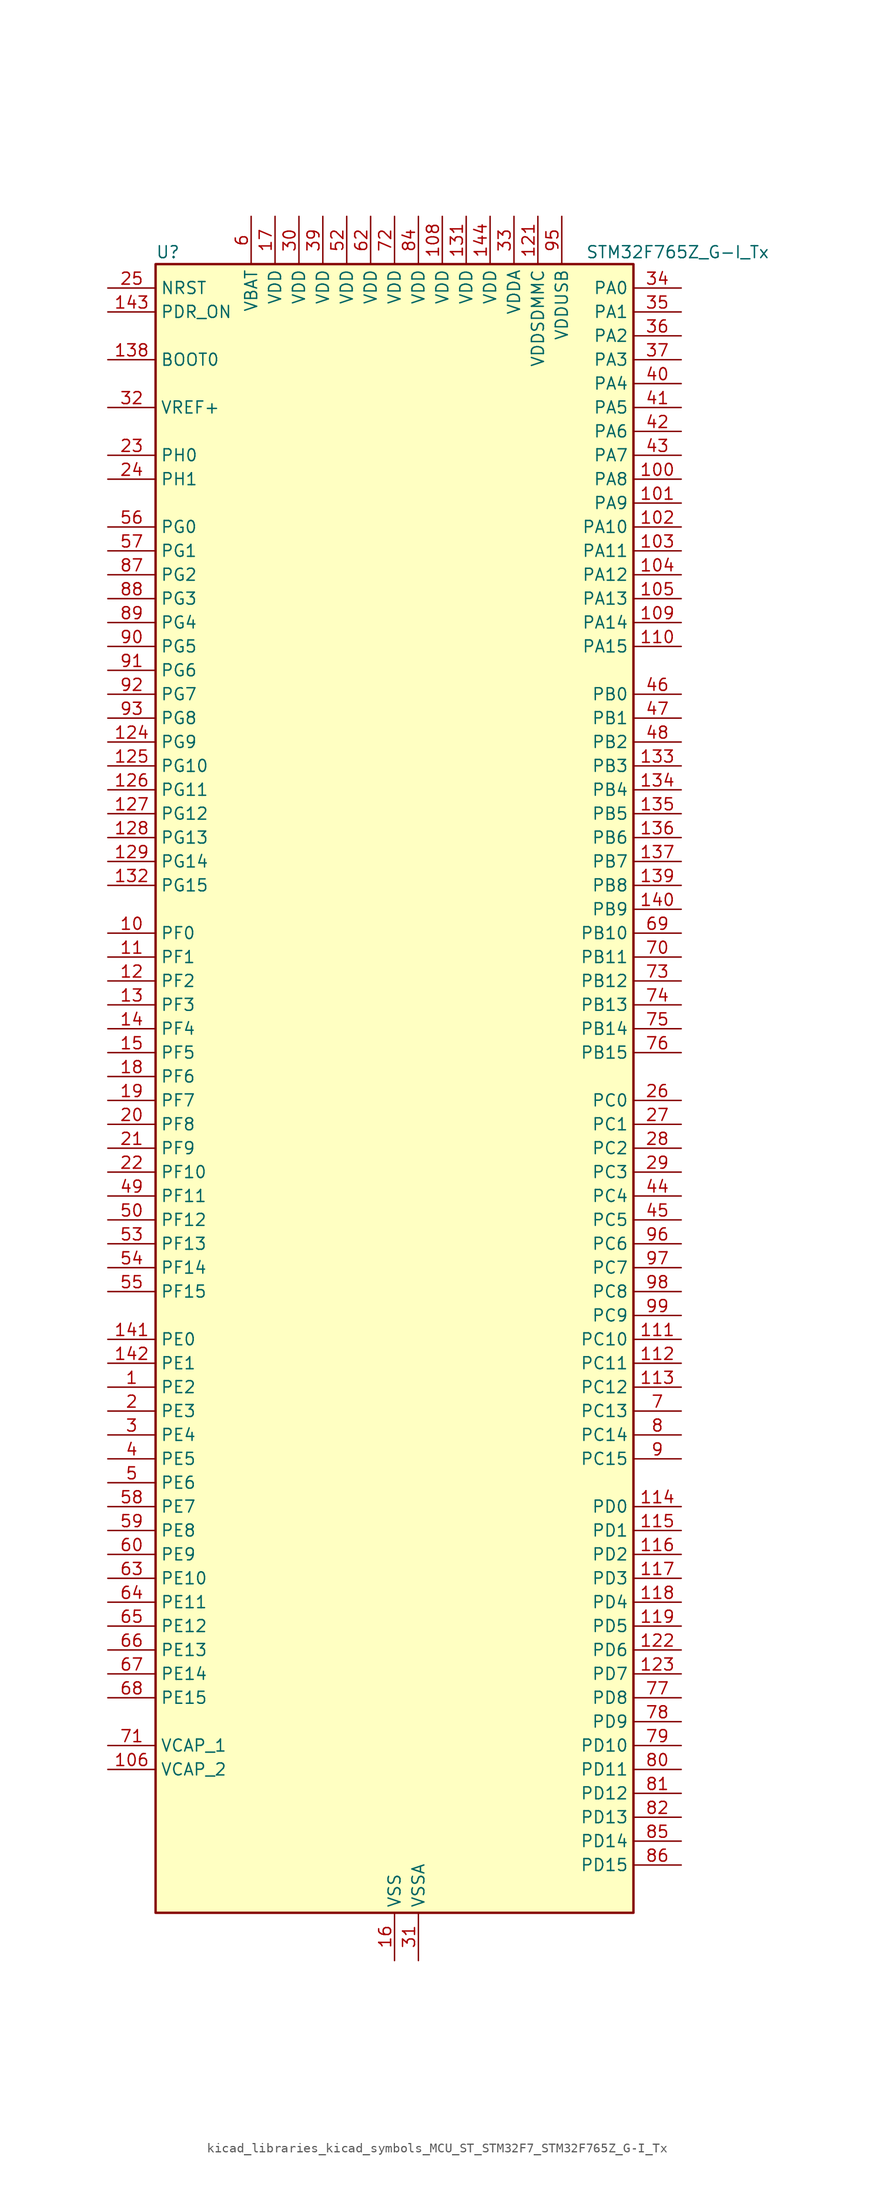
<source format=kicad_sym>
(kicad_symbol_lib
  (version 20220914)
  (generator kicad_symbol_editor)
  (symbol "kicad_libraries_kicad_symbols_MCU_ST_STM32F7_STM32F765Z_G-I_Tx"
    (property "Reference" "U"
      (at -25.4 90.17 0)
      (effects (font (size 1.27 1.27)) (justify left)))
    (property "Value" "STM32F765Z_G-I_Tx"
      (at 20.32 90.17 0)
      (effects (font (size 1.27 1.27)) (justify left)))
    (property "ki_locked" ""
      (at 0 0 0)
      (effects (font (size 1.27 1.27))))
    (symbol "kicad_libraries_kicad_symbols_MCU_ST_STM32F7_STM32F765Z_G-I_Tx_0_1"
      (rectangle (start -25.4 -86.36) (end 25.4 88.9) (stroke (width 0.254) (type default)) (fill (type background))))
    (symbol "kicad_libraries_kicad_symbols_MCU_ST_STM32F7_STM32F765Z_G-I_Tx_1_1"
      (pin bidirectional line (at -30.48 -30.48 0) (length 5.08) (name "PE2" (effects (font (size 1.27 1.27)))) (number "1" (effects (font (size 1.27 1.27)))) (alternate "ETH_TXD3" bidirectional line) (alternate "FMC_A23" bidirectional line) (alternate "QUADSPI_BK1_IO2" bidirectional line) (alternate "SAI1_MCLK_A" bidirectional line) (alternate "SPI4_SCK" bidirectional line) (alternate "SYS_TRACECLK" bidirectional line))
      (pin bidirectional line (at -30.48 17.78 0) (length 5.08) (name "PF0" (effects (font (size 1.27 1.27)))) (number "10" (effects (font (size 1.27 1.27)))) (alternate "FMC_A0" bidirectional line) (alternate "I2C2_SDA" bidirectional line))
      (pin bidirectional line (at 30.48 66.04 180) (length 5.08) (name "PA8" (effects (font (size 1.27 1.27)))) (number "100" (effects (font (size 1.27 1.27)))) (alternate "CAN3_RX" bidirectional line) (alternate "I2C3_SCL" bidirectional line) (alternate "RCC_MCO_1" bidirectional line) (alternate "TIM1_CH1" bidirectional line) (alternate "TIM8_BKIN2" bidirectional line) (alternate "UART7_RX" bidirectional line) (alternate "USART1_CK" bidirectional line) (alternate "USB_OTG_FS_SOF" bidirectional line))
      (pin bidirectional line (at 30.48 63.5 180) (length 5.08) (name "PA9" (effects (font (size 1.27 1.27)))) (number "101" (effects (font (size 1.27 1.27)))) (alternate "DAC_EXTI9" bidirectional line) (alternate "DCMI_D0" bidirectional line) (alternate "I2C3_SMBA" bidirectional line) (alternate "I2S2_CK" bidirectional line) (alternate "SPI2_SCK" bidirectional line) (alternate "TIM1_CH2" bidirectional line) (alternate "USART1_TX" bidirectional line) (alternate "USB_OTG_FS_VBUS" bidirectional line))
      (pin bidirectional line (at 30.48 60.96 180) (length 5.08) (name "PA10" (effects (font (size 1.27 1.27)))) (number "102" (effects (font (size 1.27 1.27)))) (alternate "DCMI_D1" bidirectional line) (alternate "MDIOS_MDIO" bidirectional line) (alternate "TIM1_CH3" bidirectional line) (alternate "USART1_RX" bidirectional line) (alternate "USB_OTG_FS_ID" bidirectional line))
      (pin bidirectional line (at 30.48 58.42 180) (length 5.08) (name "PA11" (effects (font (size 1.27 1.27)))) (number "103" (effects (font (size 1.27 1.27)))) (alternate "ADC1_EXTI11" bidirectional line) (alternate "ADC2_EXTI11" bidirectional line) (alternate "ADC3_EXTI11" bidirectional line) (alternate "CAN1_RX" bidirectional line) (alternate "I2S2_WS" bidirectional line) (alternate "SPI2_NSS" bidirectional line) (alternate "TIM1_CH4" bidirectional line) (alternate "UART4_RX" bidirectional line) (alternate "USART1_CTS" bidirectional line) (alternate "USB_OTG_FS_DM" bidirectional line))
      (pin bidirectional line (at 30.48 55.88 180) (length 5.08) (name "PA12" (effects (font (size 1.27 1.27)))) (number "104" (effects (font (size 1.27 1.27)))) (alternate "CAN1_TX" bidirectional line) (alternate "I2S2_CK" bidirectional line) (alternate "SAI2_FS_B" bidirectional line) (alternate "SPI2_SCK" bidirectional line) (alternate "TIM1_ETR" bidirectional line) (alternate "UART4_TX" bidirectional line) (alternate "USART1_DE" bidirectional line) (alternate "USART1_RTS" bidirectional line) (alternate "USB_OTG_FS_DP" bidirectional line))
      (pin bidirectional line (at 30.48 53.34 180) (length 5.08) (name "PA13" (effects (font (size 1.27 1.27)))) (number "105" (effects (font (size 1.27 1.27)))) (alternate "SYS_JTMS-SWDIO" bidirectional line))
      (pin power_out line (at -30.48 -71.12 0) (length 5.08) (name "VCAP_2" (effects (font (size 1.27 1.27)))) (number "106" (effects (font (size 1.27 1.27)))))
      (pin passive line (at 0 -91.44 90) (length 5.08) hide (name "VSS" (effects (font (size 1.27 1.27)))) (number "107" (effects (font (size 1.27 1.27)))))
      (pin power_in line (at 5.08 93.98 270) (length 5.08) (name "VDD" (effects (font (size 1.27 1.27)))) (number "108" (effects (font (size 1.27 1.27)))))
      (pin bidirectional line (at 30.48 50.8 180) (length 5.08) (name "PA14" (effects (font (size 1.27 1.27)))) (number "109" (effects (font (size 1.27 1.27)))) (alternate "SYS_JTCK-SWCLK" bidirectional line))
      (pin bidirectional line (at -30.48 15.24 0) (length 5.08) (name "PF1" (effects (font (size 1.27 1.27)))) (number "11" (effects (font (size 1.27 1.27)))) (alternate "FMC_A1" bidirectional line) (alternate "I2C2_SCL" bidirectional line))
      (pin bidirectional line (at 30.48 48.26 180) (length 5.08) (name "PA15" (effects (font (size 1.27 1.27)))) (number "110" (effects (font (size 1.27 1.27)))) (alternate "CAN3_TX" bidirectional line) (alternate "CEC" bidirectional line) (alternate "I2S1_WS" bidirectional line) (alternate "I2S3_WS" bidirectional line) (alternate "SPI1_NSS" bidirectional line) (alternate "SPI3_NSS" bidirectional line) (alternate "SPI6_NSS" bidirectional line) (alternate "SYS_JTDI" bidirectional line) (alternate "TIM2_CH1" bidirectional line) (alternate "TIM2_ETR" bidirectional line) (alternate "UART4_DE" bidirectional line) (alternate "UART4_RTS" bidirectional line) (alternate "UART7_TX" bidirectional line))
      (pin bidirectional line (at 30.48 -25.4 180) (length 5.08) (name "PC10" (effects (font (size 1.27 1.27)))) (number "111" (effects (font (size 1.27 1.27)))) (alternate "DCMI_D8" bidirectional line) (alternate "DFSDM1_CKIN5" bidirectional line) (alternate "I2S3_CK" bidirectional line) (alternate "QUADSPI_BK1_IO1" bidirectional line) (alternate "SDMMC1_D2" bidirectional line) (alternate "SPI3_SCK" bidirectional line) (alternate "UART4_TX" bidirectional line) (alternate "USART3_TX" bidirectional line))
      (pin bidirectional line (at 30.48 -27.94 180) (length 5.08) (name "PC11" (effects (font (size 1.27 1.27)))) (number "112" (effects (font (size 1.27 1.27)))) (alternate "ADC1_EXTI11" bidirectional line) (alternate "ADC2_EXTI11" bidirectional line) (alternate "ADC3_EXTI11" bidirectional line) (alternate "DCMI_D4" bidirectional line) (alternate "DFSDM1_DATIN5" bidirectional line) (alternate "QUADSPI_BK2_NCS" bidirectional line) (alternate "SDMMC1_D3" bidirectional line) (alternate "SPI3_MISO" bidirectional line) (alternate "UART4_RX" bidirectional line) (alternate "USART3_RX" bidirectional line))
      (pin bidirectional line (at 30.48 -30.48 180) (length 5.08) (name "PC12" (effects (font (size 1.27 1.27)))) (number "113" (effects (font (size 1.27 1.27)))) (alternate "DCMI_D9" bidirectional line) (alternate "I2S3_SD" bidirectional line) (alternate "SDMMC1_CK" bidirectional line) (alternate "SPI3_MOSI" bidirectional line) (alternate "SYS_TRACED3" bidirectional line) (alternate "UART5_TX" bidirectional line) (alternate "USART3_CK" bidirectional line))
      (pin bidirectional line (at 30.48 -43.18 180) (length 5.08) (name "PD0" (effects (font (size 1.27 1.27)))) (number "114" (effects (font (size 1.27 1.27)))) (alternate "CAN1_RX" bidirectional line) (alternate "DFSDM1_CKIN6" bidirectional line) (alternate "DFSDM1_DATIN7" bidirectional line) (alternate "FMC_D2" bidirectional line) (alternate "FMC_DA2" bidirectional line) (alternate "UART4_RX" bidirectional line))
      (pin bidirectional line (at 30.48 -45.72 180) (length 5.08) (name "PD1" (effects (font (size 1.27 1.27)))) (number "115" (effects (font (size 1.27 1.27)))) (alternate "CAN1_TX" bidirectional line) (alternate "DFSDM1_CKIN7" bidirectional line) (alternate "DFSDM1_DATIN6" bidirectional line) (alternate "FMC_D3" bidirectional line) (alternate "FMC_DA3" bidirectional line) (alternate "UART4_TX" bidirectional line))
      (pin bidirectional line (at 30.48 -48.26 180) (length 5.08) (name "PD2" (effects (font (size 1.27 1.27)))) (number "116" (effects (font (size 1.27 1.27)))) (alternate "DCMI_D11" bidirectional line) (alternate "SDMMC1_CMD" bidirectional line) (alternate "SYS_TRACED2" bidirectional line) (alternate "TIM3_ETR" bidirectional line) (alternate "UART5_RX" bidirectional line))
      (pin bidirectional line (at 30.48 -50.8 180) (length 5.08) (name "PD3" (effects (font (size 1.27 1.27)))) (number "117" (effects (font (size 1.27 1.27)))) (alternate "DCMI_D5" bidirectional line) (alternate "DFSDM1_CKOUT" bidirectional line) (alternate "DFSDM1_DATIN0" bidirectional line) (alternate "FMC_CLK" bidirectional line) (alternate "I2S2_CK" bidirectional line) (alternate "SPI2_SCK" bidirectional line) (alternate "USART2_CTS" bidirectional line))
      (pin bidirectional line (at 30.48 -53.34 180) (length 5.08) (name "PD4" (effects (font (size 1.27 1.27)))) (number "118" (effects (font (size 1.27 1.27)))) (alternate "DFSDM1_CKIN0" bidirectional line) (alternate "FMC_NOE" bidirectional line) (alternate "USART2_DE" bidirectional line) (alternate "USART2_RTS" bidirectional line))
      (pin bidirectional line (at 30.48 -55.88 180) (length 5.08) (name "PD5" (effects (font (size 1.27 1.27)))) (number "119" (effects (font (size 1.27 1.27)))) (alternate "FMC_NWE" bidirectional line) (alternate "USART2_TX" bidirectional line))
      (pin bidirectional line (at -30.48 12.7 0) (length 5.08) (name "PF2" (effects (font (size 1.27 1.27)))) (number "12" (effects (font (size 1.27 1.27)))) (alternate "FMC_A2" bidirectional line) (alternate "I2C2_SMBA" bidirectional line))
      (pin passive line (at 0 -91.44 90) (length 5.08) hide (name "VSS" (effects (font (size 1.27 1.27)))) (number "120" (effects (font (size 1.27 1.27)))))
      (pin power_in line (at 15.24 93.98 270) (length 5.08) (name "VDDSDMMC" (effects (font (size 1.27 1.27)))) (number "121" (effects (font (size 1.27 1.27)))))
      (pin bidirectional line (at 30.48 -58.42 180) (length 5.08) (name "PD6" (effects (font (size 1.27 1.27)))) (number "122" (effects (font (size 1.27 1.27)))) (alternate "DCMI_D10" bidirectional line) (alternate "DFSDM1_CKIN4" bidirectional line) (alternate "DFSDM1_DATIN1" bidirectional line) (alternate "FMC_NWAIT" bidirectional line) (alternate "I2S3_SD" bidirectional line) (alternate "SAI1_SD_A" bidirectional line) (alternate "SDMMC2_CK" bidirectional line) (alternate "SPI3_MOSI" bidirectional line) (alternate "USART2_RX" bidirectional line))
      (pin bidirectional line (at 30.48 -60.96 180) (length 5.08) (name "PD7" (effects (font (size 1.27 1.27)))) (number "123" (effects (font (size 1.27 1.27)))) (alternate "DFSDM1_CKIN1" bidirectional line) (alternate "DFSDM1_DATIN4" bidirectional line) (alternate "FMC_NE1" bidirectional line) (alternate "I2S1_SD" bidirectional line) (alternate "SDMMC2_CMD" bidirectional line) (alternate "SPDIFRX_IN0" bidirectional line) (alternate "SPI1_MOSI" bidirectional line) (alternate "USART2_CK" bidirectional line))
      (pin bidirectional line (at -30.48 38.1 0) (length 5.08) (name "PG9" (effects (font (size 1.27 1.27)))) (number "124" (effects (font (size 1.27 1.27)))) (alternate "DAC_EXTI9" bidirectional line) (alternate "DCMI_VSYNC" bidirectional line) (alternate "FMC_NCE" bidirectional line) (alternate "FMC_NE2" bidirectional line) (alternate "QUADSPI_BK2_IO2" bidirectional line) (alternate "SAI2_FS_B" bidirectional line) (alternate "SDMMC2_D0" bidirectional line) (alternate "SPDIFRX_IN3" bidirectional line) (alternate "SPI1_MISO" bidirectional line) (alternate "USART6_RX" bidirectional line))
      (pin bidirectional line (at -30.48 35.56 0) (length 5.08) (name "PG10" (effects (font (size 1.27 1.27)))) (number "125" (effects (font (size 1.27 1.27)))) (alternate "DCMI_D2" bidirectional line) (alternate "FMC_NE3" bidirectional line) (alternate "I2S1_WS" bidirectional line) (alternate "SAI2_SD_B" bidirectional line) (alternate "SDMMC2_D1" bidirectional line) (alternate "SPI1_NSS" bidirectional line))
      (pin bidirectional line (at -30.48 33.02 0) (length 5.08) (name "PG11" (effects (font (size 1.27 1.27)))) (number "126" (effects (font (size 1.27 1.27)))) (alternate "ADC1_EXTI11" bidirectional line) (alternate "ADC2_EXTI11" bidirectional line) (alternate "ADC3_EXTI11" bidirectional line) (alternate "DCMI_D3" bidirectional line) (alternate "ETH_TX_EN" bidirectional line) (alternate "I2S1_CK" bidirectional line) (alternate "SDMMC2_D2" bidirectional line) (alternate "SPDIFRX_IN0" bidirectional line) (alternate "SPI1_SCK" bidirectional line))
      (pin bidirectional line (at -30.48 30.48 0) (length 5.08) (name "PG12" (effects (font (size 1.27 1.27)))) (number "127" (effects (font (size 1.27 1.27)))) (alternate "FMC_NE4" bidirectional line) (alternate "LPTIM1_IN1" bidirectional line) (alternate "SDMMC2_D3" bidirectional line) (alternate "SPDIFRX_IN1" bidirectional line) (alternate "SPI6_MISO" bidirectional line) (alternate "USART6_DE" bidirectional line) (alternate "USART6_RTS" bidirectional line))
      (pin bidirectional line (at -30.48 27.94 0) (length 5.08) (name "PG13" (effects (font (size 1.27 1.27)))) (number "128" (effects (font (size 1.27 1.27)))) (alternate "ETH_TXD0" bidirectional line) (alternate "FMC_A24" bidirectional line) (alternate "LPTIM1_OUT" bidirectional line) (alternate "SPI6_SCK" bidirectional line) (alternate "SYS_TRACED0" bidirectional line) (alternate "USART6_CTS" bidirectional line))
      (pin bidirectional line (at -30.48 25.4 0) (length 5.08) (name "PG14" (effects (font (size 1.27 1.27)))) (number "129" (effects (font (size 1.27 1.27)))) (alternate "ETH_TXD1" bidirectional line) (alternate "FMC_A25" bidirectional line) (alternate "LPTIM1_ETR" bidirectional line) (alternate "QUADSPI_BK2_IO3" bidirectional line) (alternate "SPI6_MOSI" bidirectional line) (alternate "SYS_TRACED1" bidirectional line) (alternate "USART6_TX" bidirectional line))
      (pin bidirectional line (at -30.48 10.16 0) (length 5.08) (name "PF3" (effects (font (size 1.27 1.27)))) (number "13" (effects (font (size 1.27 1.27)))) (alternate "ADC3_IN9" bidirectional line) (alternate "FMC_A3" bidirectional line))
      (pin passive line (at 0 -91.44 90) (length 5.08) hide (name "VSS" (effects (font (size 1.27 1.27)))) (number "130" (effects (font (size 1.27 1.27)))))
      (pin power_in line (at 7.62 93.98 270) (length 5.08) (name "VDD" (effects (font (size 1.27 1.27)))) (number "131" (effects (font (size 1.27 1.27)))))
      (pin bidirectional line (at -30.48 22.86 0) (length 5.08) (name "PG15" (effects (font (size 1.27 1.27)))) (number "132" (effects (font (size 1.27 1.27)))) (alternate "DCMI_D13" bidirectional line) (alternate "FMC_SDNCAS" bidirectional line) (alternate "USART6_CTS" bidirectional line))
      (pin bidirectional line (at 30.48 35.56 180) (length 5.08) (name "PB3" (effects (font (size 1.27 1.27)))) (number "133" (effects (font (size 1.27 1.27)))) (alternate "CAN3_RX" bidirectional line) (alternate "I2S1_CK" bidirectional line) (alternate "I2S3_CK" bidirectional line) (alternate "SDMMC2_D2" bidirectional line) (alternate "SPI1_SCK" bidirectional line) (alternate "SPI3_SCK" bidirectional line) (alternate "SPI6_SCK" bidirectional line) (alternate "SYS_JTDO-SWO" bidirectional line) (alternate "TIM2_CH2" bidirectional line) (alternate "UART7_RX" bidirectional line))
      (pin bidirectional line (at 30.48 33.02 180) (length 5.08) (name "PB4" (effects (font (size 1.27 1.27)))) (number "134" (effects (font (size 1.27 1.27)))) (alternate "CAN3_TX" bidirectional line) (alternate "I2S2_WS" bidirectional line) (alternate "SDMMC2_D3" bidirectional line) (alternate "SPI1_MISO" bidirectional line) (alternate "SPI2_NSS" bidirectional line) (alternate "SPI3_MISO" bidirectional line) (alternate "SPI6_MISO" bidirectional line) (alternate "SYS_JTRST" bidirectional line) (alternate "TIM3_CH1" bidirectional line) (alternate "UART7_TX" bidirectional line))
      (pin bidirectional line (at 30.48 30.48 180) (length 5.08) (name "PB5" (effects (font (size 1.27 1.27)))) (number "135" (effects (font (size 1.27 1.27)))) (alternate "CAN2_RX" bidirectional line) (alternate "DCMI_D10" bidirectional line) (alternate "ETH_PPS_OUT" bidirectional line) (alternate "FMC_SDCKE1" bidirectional line) (alternate "I2C1_SMBA" bidirectional line) (alternate "I2S1_SD" bidirectional line) (alternate "I2S3_SD" bidirectional line) (alternate "SPI1_MOSI" bidirectional line) (alternate "SPI3_MOSI" bidirectional line) (alternate "SPI6_MOSI" bidirectional line) (alternate "TIM3_CH2" bidirectional line) (alternate "UART5_RX" bidirectional line) (alternate "USB_OTG_HS_ULPI_D7" bidirectional line))
      (pin bidirectional line (at 30.48 27.94 180) (length 5.08) (name "PB6" (effects (font (size 1.27 1.27)))) (number "136" (effects (font (size 1.27 1.27)))) (alternate "CAN2_TX" bidirectional line) (alternate "CEC" bidirectional line) (alternate "DCMI_D5" bidirectional line) (alternate "DFSDM1_DATIN5" bidirectional line) (alternate "FMC_SDNE1" bidirectional line) (alternate "I2C1_SCL" bidirectional line) (alternate "I2C4_SCL" bidirectional line) (alternate "QUADSPI_BK1_NCS" bidirectional line) (alternate "TIM4_CH1" bidirectional line) (alternate "UART5_TX" bidirectional line) (alternate "USART1_TX" bidirectional line))
      (pin bidirectional line (at 30.48 25.4 180) (length 5.08) (name "PB7" (effects (font (size 1.27 1.27)))) (number "137" (effects (font (size 1.27 1.27)))) (alternate "DCMI_VSYNC" bidirectional line) (alternate "DFSDM1_CKIN5" bidirectional line) (alternate "FMC_NL" bidirectional line) (alternate "I2C1_SDA" bidirectional line) (alternate "I2C4_SDA" bidirectional line) (alternate "TIM4_CH2" bidirectional line) (alternate "USART1_RX" bidirectional line))
      (pin input line (at -30.48 78.74 0) (length 5.08) (name "BOOT0" (effects (font (size 1.27 1.27)))) (number "138" (effects (font (size 1.27 1.27)))))
      (pin bidirectional line (at 30.48 22.86 180) (length 5.08) (name "PB8" (effects (font (size 1.27 1.27)))) (number "139" (effects (font (size 1.27 1.27)))) (alternate "CAN1_RX" bidirectional line) (alternate "DCMI_D6" bidirectional line) (alternate "DFSDM1_CKIN7" bidirectional line) (alternate "ETH_TXD3" bidirectional line) (alternate "I2C1_SCL" bidirectional line) (alternate "I2C4_SCL" bidirectional line) (alternate "SDMMC1_D4" bidirectional line) (alternate "SDMMC2_D4" bidirectional line) (alternate "TIM10_CH1" bidirectional line) (alternate "TIM4_CH3" bidirectional line) (alternate "UART5_RX" bidirectional line))
      (pin bidirectional line (at -30.48 7.62 0) (length 5.08) (name "PF4" (effects (font (size 1.27 1.27)))) (number "14" (effects (font (size 1.27 1.27)))) (alternate "ADC3_IN14" bidirectional line) (alternate "FMC_A4" bidirectional line))
      (pin bidirectional line (at 30.48 20.32 180) (length 5.08) (name "PB9" (effects (font (size 1.27 1.27)))) (number "140" (effects (font (size 1.27 1.27)))) (alternate "CAN1_TX" bidirectional line) (alternate "DAC_EXTI9" bidirectional line) (alternate "DCMI_D7" bidirectional line) (alternate "DFSDM1_DATIN7" bidirectional line) (alternate "I2C1_SDA" bidirectional line) (alternate "I2C4_SDA" bidirectional line) (alternate "I2C4_SMBA" bidirectional line) (alternate "I2S2_WS" bidirectional line) (alternate "SDMMC1_D5" bidirectional line) (alternate "SDMMC2_D5" bidirectional line) (alternate "SPI2_NSS" bidirectional line) (alternate "TIM11_CH1" bidirectional line) (alternate "TIM4_CH4" bidirectional line) (alternate "UART5_TX" bidirectional line))
      (pin bidirectional line (at -30.48 -25.4 0) (length 5.08) (name "PE0" (effects (font (size 1.27 1.27)))) (number "141" (effects (font (size 1.27 1.27)))) (alternate "DCMI_D2" bidirectional line) (alternate "FMC_NBL0" bidirectional line) (alternate "LPTIM1_ETR" bidirectional line) (alternate "SAI2_MCLK_A" bidirectional line) (alternate "TIM4_ETR" bidirectional line) (alternate "UART8_RX" bidirectional line))
      (pin bidirectional line (at -30.48 -27.94 0) (length 5.08) (name "PE1" (effects (font (size 1.27 1.27)))) (number "142" (effects (font (size 1.27 1.27)))) (alternate "DCMI_D3" bidirectional line) (alternate "FMC_NBL1" bidirectional line) (alternate "LPTIM1_IN2" bidirectional line) (alternate "UART8_TX" bidirectional line))
      (pin input line (at -30.48 83.82 0) (length 5.08) (name "PDR_ON" (effects (font (size 1.27 1.27)))) (number "143" (effects (font (size 1.27 1.27)))))
      (pin power_in line (at 10.16 93.98 270) (length 5.08) (name "VDD" (effects (font (size 1.27 1.27)))) (number "144" (effects (font (size 1.27 1.27)))))
      (pin bidirectional line (at -30.48 5.08 0) (length 5.08) (name "PF5" (effects (font (size 1.27 1.27)))) (number "15" (effects (font (size 1.27 1.27)))) (alternate "ADC3_IN15" bidirectional line) (alternate "FMC_A5" bidirectional line))
      (pin power_in line (at 0 -91.44 90) (length 5.08) (name "VSS" (effects (font (size 1.27 1.27)))) (number "16" (effects (font (size 1.27 1.27)))))
      (pin power_in line (at -12.7 93.98 270) (length 5.08) (name "VDD" (effects (font (size 1.27 1.27)))) (number "17" (effects (font (size 1.27 1.27)))))
      (pin bidirectional line (at -30.48 2.54 0) (length 5.08) (name "PF6" (effects (font (size 1.27 1.27)))) (number "18" (effects (font (size 1.27 1.27)))) (alternate "ADC3_IN4" bidirectional line) (alternate "QUADSPI_BK1_IO3" bidirectional line) (alternate "SAI1_SD_B" bidirectional line) (alternate "SPI5_NSS" bidirectional line) (alternate "TIM10_CH1" bidirectional line) (alternate "UART7_RX" bidirectional line))
      (pin bidirectional line (at -30.48 0 0) (length 5.08) (name "PF7" (effects (font (size 1.27 1.27)))) (number "19" (effects (font (size 1.27 1.27)))) (alternate "ADC3_IN5" bidirectional line) (alternate "QUADSPI_BK1_IO2" bidirectional line) (alternate "SAI1_MCLK_B" bidirectional line) (alternate "SPI5_SCK" bidirectional line) (alternate "TIM11_CH1" bidirectional line) (alternate "UART7_TX" bidirectional line))
      (pin bidirectional line (at -30.48 -33.02 0) (length 5.08) (name "PE3" (effects (font (size 1.27 1.27)))) (number "2" (effects (font (size 1.27 1.27)))) (alternate "FMC_A19" bidirectional line) (alternate "SAI1_SD_B" bidirectional line) (alternate "SYS_TRACED0" bidirectional line))
      (pin bidirectional line (at -30.48 -2.54 0) (length 5.08) (name "PF8" (effects (font (size 1.27 1.27)))) (number "20" (effects (font (size 1.27 1.27)))) (alternate "ADC3_IN6" bidirectional line) (alternate "QUADSPI_BK1_IO0" bidirectional line) (alternate "SAI1_SCK_B" bidirectional line) (alternate "SPI5_MISO" bidirectional line) (alternate "TIM13_CH1" bidirectional line) (alternate "UART7_DE" bidirectional line) (alternate "UART7_RTS" bidirectional line))
      (pin bidirectional line (at -30.48 -5.08 0) (length 5.08) (name "PF9" (effects (font (size 1.27 1.27)))) (number "21" (effects (font (size 1.27 1.27)))) (alternate "ADC3_IN7" bidirectional line) (alternate "DAC_EXTI9" bidirectional line) (alternate "QUADSPI_BK1_IO1" bidirectional line) (alternate "SAI1_FS_B" bidirectional line) (alternate "SPI5_MOSI" bidirectional line) (alternate "TIM14_CH1" bidirectional line) (alternate "UART7_CTS" bidirectional line))
      (pin bidirectional line (at -30.48 -7.62 0) (length 5.08) (name "PF10" (effects (font (size 1.27 1.27)))) (number "22" (effects (font (size 1.27 1.27)))) (alternate "ADC3_IN8" bidirectional line) (alternate "DCMI_D11" bidirectional line) (alternate "QUADSPI_CLK" bidirectional line))
      (pin bidirectional line (at -30.48 68.58 0) (length 5.08) (name "PH0" (effects (font (size 1.27 1.27)))) (number "23" (effects (font (size 1.27 1.27)))) (alternate "RCC_OSC_IN" bidirectional line))
      (pin bidirectional line (at -30.48 66.04 0) (length 5.08) (name "PH1" (effects (font (size 1.27 1.27)))) (number "24" (effects (font (size 1.27 1.27)))) (alternate "RCC_OSC_OUT" bidirectional line))
      (pin input line (at -30.48 86.36 0) (length 5.08) (name "NRST" (effects (font (size 1.27 1.27)))) (number "25" (effects (font (size 1.27 1.27)))))
      (pin bidirectional line (at 30.48 0 180) (length 5.08) (name "PC0" (effects (font (size 1.27 1.27)))) (number "26" (effects (font (size 1.27 1.27)))) (alternate "ADC1_IN10" bidirectional line) (alternate "ADC2_IN10" bidirectional line) (alternate "ADC3_IN10" bidirectional line) (alternate "DFSDM1_CKIN0" bidirectional line) (alternate "DFSDM1_DATIN4" bidirectional line) (alternate "FMC_SDNWE" bidirectional line) (alternate "SAI2_FS_B" bidirectional line) (alternate "USB_OTG_HS_ULPI_STP" bidirectional line))
      (pin bidirectional line (at 30.48 -2.54 180) (length 5.08) (name "PC1" (effects (font (size 1.27 1.27)))) (number "27" (effects (font (size 1.27 1.27)))) (alternate "ADC1_IN11" bidirectional line) (alternate "ADC2_IN11" bidirectional line) (alternate "ADC3_IN11" bidirectional line) (alternate "DFSDM1_CKIN4" bidirectional line) (alternate "DFSDM1_DATIN0" bidirectional line) (alternate "ETH_MDC" bidirectional line) (alternate "I2S2_SD" bidirectional line) (alternate "MDIOS_MDC" bidirectional line) (alternate "RTC_TAMP3" bidirectional line) (alternate "RTC_TS" bidirectional line) (alternate "SAI1_SD_A" bidirectional line) (alternate "SPI2_MOSI" bidirectional line) (alternate "SYS_TRACED0" bidirectional line) (alternate "SYS_WKUP3" bidirectional line))
      (pin bidirectional line (at 30.48 -5.08 180) (length 5.08) (name "PC2" (effects (font (size 1.27 1.27)))) (number "28" (effects (font (size 1.27 1.27)))) (alternate "ADC1_IN12" bidirectional line) (alternate "ADC2_IN12" bidirectional line) (alternate "ADC3_IN12" bidirectional line) (alternate "DFSDM1_CKIN1" bidirectional line) (alternate "DFSDM1_CKOUT" bidirectional line) (alternate "ETH_TXD2" bidirectional line) (alternate "FMC_SDNE0" bidirectional line) (alternate "SPI2_MISO" bidirectional line) (alternate "USB_OTG_HS_ULPI_DIR" bidirectional line))
      (pin bidirectional line (at 30.48 -7.62 180) (length 5.08) (name "PC3" (effects (font (size 1.27 1.27)))) (number "29" (effects (font (size 1.27 1.27)))) (alternate "ADC1_IN13" bidirectional line) (alternate "ADC2_IN13" bidirectional line) (alternate "ADC3_IN13" bidirectional line) (alternate "DFSDM1_DATIN1" bidirectional line) (alternate "ETH_TX_CLK" bidirectional line) (alternate "FMC_SDCKE0" bidirectional line) (alternate "I2S2_SD" bidirectional line) (alternate "SPI2_MOSI" bidirectional line) (alternate "USB_OTG_HS_ULPI_NXT" bidirectional line))
      (pin bidirectional line (at -30.48 -35.56 0) (length 5.08) (name "PE4" (effects (font (size 1.27 1.27)))) (number "3" (effects (font (size 1.27 1.27)))) (alternate "DCMI_D4" bidirectional line) (alternate "DFSDM1_DATIN3" bidirectional line) (alternate "FMC_A20" bidirectional line) (alternate "SAI1_FS_A" bidirectional line) (alternate "SPI4_NSS" bidirectional line) (alternate "SYS_TRACED1" bidirectional line))
      (pin power_in line (at -10.16 93.98 270) (length 5.08) (name "VDD" (effects (font (size 1.27 1.27)))) (number "30" (effects (font (size 1.27 1.27)))))
      (pin power_in line (at 2.54 -91.44 90) (length 5.08) (name "VSSA" (effects (font (size 1.27 1.27)))) (number "31" (effects (font (size 1.27 1.27)))))
      (pin input line (at -30.48 73.66 0) (length 5.08) (name "VREF+" (effects (font (size 1.27 1.27)))) (number "32" (effects (font (size 1.27 1.27)))))
      (pin power_in line (at 12.7 93.98 270) (length 5.08) (name "VDDA" (effects (font (size 1.27 1.27)))) (number "33" (effects (font (size 1.27 1.27)))))
      (pin bidirectional line (at 30.48 86.36 180) (length 5.08) (name "PA0" (effects (font (size 1.27 1.27)))) (number "34" (effects (font (size 1.27 1.27)))) (alternate "ADC1_IN0" bidirectional line) (alternate "ADC2_IN0" bidirectional line) (alternate "ADC3_IN0" bidirectional line) (alternate "ETH_CRS" bidirectional line) (alternate "SAI2_SD_B" bidirectional line) (alternate "SYS_WKUP1" bidirectional line) (alternate "TIM2_CH1" bidirectional line) (alternate "TIM2_ETR" bidirectional line) (alternate "TIM5_CH1" bidirectional line) (alternate "TIM8_ETR" bidirectional line) (alternate "UART4_TX" bidirectional line) (alternate "USART2_CTS" bidirectional line))
      (pin bidirectional line (at 30.48 83.82 180) (length 5.08) (name "PA1" (effects (font (size 1.27 1.27)))) (number "35" (effects (font (size 1.27 1.27)))) (alternate "ADC1_IN1" bidirectional line) (alternate "ADC2_IN1" bidirectional line) (alternate "ADC3_IN1" bidirectional line) (alternate "ETH_REF_CLK" bidirectional line) (alternate "ETH_RX_CLK" bidirectional line) (alternate "QUADSPI_BK1_IO3" bidirectional line) (alternate "SAI2_MCLK_B" bidirectional line) (alternate "TIM2_CH2" bidirectional line) (alternate "TIM5_CH2" bidirectional line) (alternate "UART4_RX" bidirectional line) (alternate "USART2_DE" bidirectional line) (alternate "USART2_RTS" bidirectional line))
      (pin bidirectional line (at 30.48 81.28 180) (length 5.08) (name "PA2" (effects (font (size 1.27 1.27)))) (number "36" (effects (font (size 1.27 1.27)))) (alternate "ADC1_IN2" bidirectional line) (alternate "ADC2_IN2" bidirectional line) (alternate "ADC3_IN2" bidirectional line) (alternate "ETH_MDIO" bidirectional line) (alternate "MDIOS_MDIO" bidirectional line) (alternate "SAI2_SCK_B" bidirectional line) (alternate "SYS_WKUP2" bidirectional line) (alternate "TIM2_CH3" bidirectional line) (alternate "TIM5_CH3" bidirectional line) (alternate "TIM9_CH1" bidirectional line) (alternate "USART2_TX" bidirectional line))
      (pin bidirectional line (at 30.48 78.74 180) (length 5.08) (name "PA3" (effects (font (size 1.27 1.27)))) (number "37" (effects (font (size 1.27 1.27)))) (alternate "ADC1_IN3" bidirectional line) (alternate "ADC2_IN3" bidirectional line) (alternate "ADC3_IN3" bidirectional line) (alternate "ETH_COL" bidirectional line) (alternate "TIM2_CH4" bidirectional line) (alternate "TIM5_CH4" bidirectional line) (alternate "TIM9_CH2" bidirectional line) (alternate "USART2_RX" bidirectional line) (alternate "USB_OTG_HS_ULPI_D0" bidirectional line))
      (pin passive line (at 0 -91.44 90) (length 5.08) hide (name "VSS" (effects (font (size 1.27 1.27)))) (number "38" (effects (font (size 1.27 1.27)))))
      (pin power_in line (at -7.62 93.98 270) (length 5.08) (name "VDD" (effects (font (size 1.27 1.27)))) (number "39" (effects (font (size 1.27 1.27)))))
      (pin bidirectional line (at -30.48 -38.1 0) (length 5.08) (name "PE5" (effects (font (size 1.27 1.27)))) (number "4" (effects (font (size 1.27 1.27)))) (alternate "DCMI_D6" bidirectional line) (alternate "DFSDM1_CKIN3" bidirectional line) (alternate "FMC_A21" bidirectional line) (alternate "SAI1_SCK_A" bidirectional line) (alternate "SPI4_MISO" bidirectional line) (alternate "SYS_TRACED2" bidirectional line) (alternate "TIM9_CH1" bidirectional line))
      (pin bidirectional line (at 30.48 76.2 180) (length 5.08) (name "PA4" (effects (font (size 1.27 1.27)))) (number "40" (effects (font (size 1.27 1.27)))) (alternate "ADC1_IN4" bidirectional line) (alternate "ADC2_IN4" bidirectional line) (alternate "DAC_OUT1" bidirectional line) (alternate "DCMI_HSYNC" bidirectional line) (alternate "I2S1_WS" bidirectional line) (alternate "I2S3_WS" bidirectional line) (alternate "SPI1_NSS" bidirectional line) (alternate "SPI3_NSS" bidirectional line) (alternate "SPI6_NSS" bidirectional line) (alternate "USART2_CK" bidirectional line) (alternate "USB_OTG_HS_SOF" bidirectional line))
      (pin bidirectional line (at 30.48 73.66 180) (length 5.08) (name "PA5" (effects (font (size 1.27 1.27)))) (number "41" (effects (font (size 1.27 1.27)))) (alternate "ADC1_IN5" bidirectional line) (alternate "ADC2_IN5" bidirectional line) (alternate "DAC_OUT2" bidirectional line) (alternate "I2S1_CK" bidirectional line) (alternate "SPI1_SCK" bidirectional line) (alternate "SPI6_SCK" bidirectional line) (alternate "TIM2_CH1" bidirectional line) (alternate "TIM2_ETR" bidirectional line) (alternate "TIM8_CH1N" bidirectional line) (alternate "USB_OTG_HS_ULPI_CK" bidirectional line))
      (pin bidirectional line (at 30.48 71.12 180) (length 5.08) (name "PA6" (effects (font (size 1.27 1.27)))) (number "42" (effects (font (size 1.27 1.27)))) (alternate "ADC1_IN6" bidirectional line) (alternate "ADC2_IN6" bidirectional line) (alternate "DCMI_PIXCLK" bidirectional line) (alternate "MDIOS_MDC" bidirectional line) (alternate "SPI1_MISO" bidirectional line) (alternate "SPI6_MISO" bidirectional line) (alternate "TIM13_CH1" bidirectional line) (alternate "TIM1_BKIN" bidirectional line) (alternate "TIM3_CH1" bidirectional line) (alternate "TIM8_BKIN" bidirectional line))
      (pin bidirectional line (at 30.48 68.58 180) (length 5.08) (name "PA7" (effects (font (size 1.27 1.27)))) (number "43" (effects (font (size 1.27 1.27)))) (alternate "ADC1_IN7" bidirectional line) (alternate "ADC2_IN7" bidirectional line) (alternate "ETH_CRS_DV" bidirectional line) (alternate "ETH_RX_DV" bidirectional line) (alternate "FMC_SDNWE" bidirectional line) (alternate "I2S1_SD" bidirectional line) (alternate "SPI1_MOSI" bidirectional line) (alternate "SPI6_MOSI" bidirectional line) (alternate "TIM14_CH1" bidirectional line) (alternate "TIM1_CH1N" bidirectional line) (alternate "TIM3_CH2" bidirectional line) (alternate "TIM8_CH1N" bidirectional line))
      (pin bidirectional line (at 30.48 -10.16 180) (length 5.08) (name "PC4" (effects (font (size 1.27 1.27)))) (number "44" (effects (font (size 1.27 1.27)))) (alternate "ADC1_IN14" bidirectional line) (alternate "ADC2_IN14" bidirectional line) (alternate "DFSDM1_CKIN2" bidirectional line) (alternate "ETH_RXD0" bidirectional line) (alternate "FMC_SDNE0" bidirectional line) (alternate "I2S1_MCK" bidirectional line) (alternate "SPDIFRX_IN2" bidirectional line))
      (pin bidirectional line (at 30.48 -12.7 180) (length 5.08) (name "PC5" (effects (font (size 1.27 1.27)))) (number "45" (effects (font (size 1.27 1.27)))) (alternate "ADC1_IN15" bidirectional line) (alternate "ADC2_IN15" bidirectional line) (alternate "DFSDM1_DATIN2" bidirectional line) (alternate "ETH_RXD1" bidirectional line) (alternate "FMC_SDCKE0" bidirectional line) (alternate "SPDIFRX_IN3" bidirectional line))
      (pin bidirectional line (at 30.48 43.18 180) (length 5.08) (name "PB0" (effects (font (size 1.27 1.27)))) (number "46" (effects (font (size 1.27 1.27)))) (alternate "ADC1_IN8" bidirectional line) (alternate "ADC2_IN8" bidirectional line) (alternate "DFSDM1_CKOUT" bidirectional line) (alternate "ETH_RXD2" bidirectional line) (alternate "TIM1_CH2N" bidirectional line) (alternate "TIM3_CH3" bidirectional line) (alternate "TIM8_CH2N" bidirectional line) (alternate "UART4_CTS" bidirectional line) (alternate "USB_OTG_HS_ULPI_D1" bidirectional line))
      (pin bidirectional line (at 30.48 40.64 180) (length 5.08) (name "PB1" (effects (font (size 1.27 1.27)))) (number "47" (effects (font (size 1.27 1.27)))) (alternate "ADC1_IN9" bidirectional line) (alternate "ADC2_IN9" bidirectional line) (alternate "DFSDM1_DATIN1" bidirectional line) (alternate "ETH_RXD3" bidirectional line) (alternate "TIM1_CH3N" bidirectional line) (alternate "TIM3_CH4" bidirectional line) (alternate "TIM8_CH3N" bidirectional line) (alternate "USB_OTG_HS_ULPI_D2" bidirectional line))
      (pin bidirectional line (at 30.48 38.1 180) (length 5.08) (name "PB2" (effects (font (size 1.27 1.27)))) (number "48" (effects (font (size 1.27 1.27)))) (alternate "DFSDM1_CKIN1" bidirectional line) (alternate "I2S3_SD" bidirectional line) (alternate "QUADSPI_CLK" bidirectional line) (alternate "SAI1_SD_A" bidirectional line) (alternate "SPI3_MOSI" bidirectional line))
      (pin bidirectional line (at -30.48 -10.16 0) (length 5.08) (name "PF11" (effects (font (size 1.27 1.27)))) (number "49" (effects (font (size 1.27 1.27)))) (alternate "ADC1_EXTI11" bidirectional line) (alternate "ADC2_EXTI11" bidirectional line) (alternate "ADC3_EXTI11" bidirectional line) (alternate "DCMI_D12" bidirectional line) (alternate "FMC_SDNRAS" bidirectional line) (alternate "SAI2_SD_B" bidirectional line) (alternate "SPI5_MOSI" bidirectional line))
      (pin bidirectional line (at -30.48 -40.64 0) (length 5.08) (name "PE6" (effects (font (size 1.27 1.27)))) (number "5" (effects (font (size 1.27 1.27)))) (alternate "DCMI_D7" bidirectional line) (alternate "FMC_A22" bidirectional line) (alternate "SAI1_SD_A" bidirectional line) (alternate "SAI2_MCLK_B" bidirectional line) (alternate "SPI4_MOSI" bidirectional line) (alternate "SYS_TRACED3" bidirectional line) (alternate "TIM1_BKIN2" bidirectional line) (alternate "TIM9_CH2" bidirectional line))
      (pin bidirectional line (at -30.48 -12.7 0) (length 5.08) (name "PF12" (effects (font (size 1.27 1.27)))) (number "50" (effects (font (size 1.27 1.27)))) (alternate "FMC_A6" bidirectional line))
      (pin passive line (at 0 -91.44 90) (length 5.08) hide (name "VSS" (effects (font (size 1.27 1.27)))) (number "51" (effects (font (size 1.27 1.27)))))
      (pin power_in line (at -5.08 93.98 270) (length 5.08) (name "VDD" (effects (font (size 1.27 1.27)))) (number "52" (effects (font (size 1.27 1.27)))))
      (pin bidirectional line (at -30.48 -15.24 0) (length 5.08) (name "PF13" (effects (font (size 1.27 1.27)))) (number "53" (effects (font (size 1.27 1.27)))) (alternate "DFSDM1_DATIN6" bidirectional line) (alternate "FMC_A7" bidirectional line) (alternate "I2C4_SMBA" bidirectional line))
      (pin bidirectional line (at -30.48 -17.78 0) (length 5.08) (name "PF14" (effects (font (size 1.27 1.27)))) (number "54" (effects (font (size 1.27 1.27)))) (alternate "DFSDM1_CKIN6" bidirectional line) (alternate "FMC_A8" bidirectional line) (alternate "I2C4_SCL" bidirectional line))
      (pin bidirectional line (at -30.48 -20.32 0) (length 5.08) (name "PF15" (effects (font (size 1.27 1.27)))) (number "55" (effects (font (size 1.27 1.27)))) (alternate "FMC_A9" bidirectional line) (alternate "I2C4_SDA" bidirectional line))
      (pin bidirectional line (at -30.48 60.96 0) (length 5.08) (name "PG0" (effects (font (size 1.27 1.27)))) (number "56" (effects (font (size 1.27 1.27)))) (alternate "FMC_A10" bidirectional line))
      (pin bidirectional line (at -30.48 58.42 0) (length 5.08) (name "PG1" (effects (font (size 1.27 1.27)))) (number "57" (effects (font (size 1.27 1.27)))) (alternate "FMC_A11" bidirectional line))
      (pin bidirectional line (at -30.48 -43.18 0) (length 5.08) (name "PE7" (effects (font (size 1.27 1.27)))) (number "58" (effects (font (size 1.27 1.27)))) (alternate "DFSDM1_DATIN2" bidirectional line) (alternate "FMC_D4" bidirectional line) (alternate "FMC_DA4" bidirectional line) (alternate "QUADSPI_BK2_IO0" bidirectional line) (alternate "TIM1_ETR" bidirectional line) (alternate "UART7_RX" bidirectional line))
      (pin bidirectional line (at -30.48 -45.72 0) (length 5.08) (name "PE8" (effects (font (size 1.27 1.27)))) (number "59" (effects (font (size 1.27 1.27)))) (alternate "DFSDM1_CKIN2" bidirectional line) (alternate "FMC_D5" bidirectional line) (alternate "FMC_DA5" bidirectional line) (alternate "QUADSPI_BK2_IO1" bidirectional line) (alternate "TIM1_CH1N" bidirectional line) (alternate "UART7_TX" bidirectional line))
      (pin power_in line (at -15.24 93.98 270) (length 5.08) (name "VBAT" (effects (font (size 1.27 1.27)))) (number "6" (effects (font (size 1.27 1.27)))))
      (pin bidirectional line (at -30.48 -48.26 0) (length 5.08) (name "PE9" (effects (font (size 1.27 1.27)))) (number "60" (effects (font (size 1.27 1.27)))) (alternate "DAC_EXTI9" bidirectional line) (alternate "DFSDM1_CKOUT" bidirectional line) (alternate "FMC_D6" bidirectional line) (alternate "FMC_DA6" bidirectional line) (alternate "QUADSPI_BK2_IO2" bidirectional line) (alternate "TIM1_CH1" bidirectional line) (alternate "UART7_DE" bidirectional line) (alternate "UART7_RTS" bidirectional line))
      (pin passive line (at 0 -91.44 90) (length 5.08) hide (name "VSS" (effects (font (size 1.27 1.27)))) (number "61" (effects (font (size 1.27 1.27)))))
      (pin power_in line (at -2.54 93.98 270) (length 5.08) (name "VDD" (effects (font (size 1.27 1.27)))) (number "62" (effects (font (size 1.27 1.27)))))
      (pin bidirectional line (at -30.48 -50.8 0) (length 5.08) (name "PE10" (effects (font (size 1.27 1.27)))) (number "63" (effects (font (size 1.27 1.27)))) (alternate "DFSDM1_DATIN4" bidirectional line) (alternate "FMC_D7" bidirectional line) (alternate "FMC_DA7" bidirectional line) (alternate "QUADSPI_BK2_IO3" bidirectional line) (alternate "TIM1_CH2N" bidirectional line) (alternate "UART7_CTS" bidirectional line))
      (pin bidirectional line (at -30.48 -53.34 0) (length 5.08) (name "PE11" (effects (font (size 1.27 1.27)))) (number "64" (effects (font (size 1.27 1.27)))) (alternate "ADC1_EXTI11" bidirectional line) (alternate "ADC2_EXTI11" bidirectional line) (alternate "ADC3_EXTI11" bidirectional line) (alternate "DFSDM1_CKIN4" bidirectional line) (alternate "FMC_D8" bidirectional line) (alternate "FMC_DA8" bidirectional line) (alternate "SAI2_SD_B" bidirectional line) (alternate "SPI4_NSS" bidirectional line) (alternate "TIM1_CH2" bidirectional line))
      (pin bidirectional line (at -30.48 -55.88 0) (length 5.08) (name "PE12" (effects (font (size 1.27 1.27)))) (number "65" (effects (font (size 1.27 1.27)))) (alternate "DFSDM1_DATIN5" bidirectional line) (alternate "FMC_D9" bidirectional line) (alternate "FMC_DA9" bidirectional line) (alternate "SAI2_SCK_B" bidirectional line) (alternate "SPI4_SCK" bidirectional line) (alternate "TIM1_CH3N" bidirectional line))
      (pin bidirectional line (at -30.48 -58.42 0) (length 5.08) (name "PE13" (effects (font (size 1.27 1.27)))) (number "66" (effects (font (size 1.27 1.27)))) (alternate "DFSDM1_CKIN5" bidirectional line) (alternate "FMC_D10" bidirectional line) (alternate "FMC_DA10" bidirectional line) (alternate "SAI2_FS_B" bidirectional line) (alternate "SPI4_MISO" bidirectional line) (alternate "TIM1_CH3" bidirectional line))
      (pin bidirectional line (at -30.48 -60.96 0) (length 5.08) (name "PE14" (effects (font (size 1.27 1.27)))) (number "67" (effects (font (size 1.27 1.27)))) (alternate "FMC_D11" bidirectional line) (alternate "FMC_DA11" bidirectional line) (alternate "SAI2_MCLK_B" bidirectional line) (alternate "SPI4_MOSI" bidirectional line) (alternate "TIM1_CH4" bidirectional line))
      (pin bidirectional line (at -30.48 -63.5 0) (length 5.08) (name "PE15" (effects (font (size 1.27 1.27)))) (number "68" (effects (font (size 1.27 1.27)))) (alternate "FMC_D12" bidirectional line) (alternate "FMC_DA12" bidirectional line) (alternate "TIM1_BKIN" bidirectional line))
      (pin bidirectional line (at 30.48 17.78 180) (length 5.08) (name "PB10" (effects (font (size 1.27 1.27)))) (number "69" (effects (font (size 1.27 1.27)))) (alternate "DFSDM1_DATIN7" bidirectional line) (alternate "ETH_RX_ER" bidirectional line) (alternate "I2C2_SCL" bidirectional line) (alternate "I2S2_CK" bidirectional line) (alternate "QUADSPI_BK1_NCS" bidirectional line) (alternate "SPI2_SCK" bidirectional line) (alternate "TIM2_CH3" bidirectional line) (alternate "USART3_TX" bidirectional line) (alternate "USB_OTG_HS_ULPI_D3" bidirectional line))
      (pin bidirectional line (at 30.48 -33.02 180) (length 5.08) (name "PC13" (effects (font (size 1.27 1.27)))) (number "7" (effects (font (size 1.27 1.27)))) (alternate "RTC_OUT" bidirectional line) (alternate "RTC_TAMP1" bidirectional line) (alternate "RTC_TS" bidirectional line) (alternate "SYS_WKUP4" bidirectional line))
      (pin bidirectional line (at 30.48 15.24 180) (length 5.08) (name "PB11" (effects (font (size 1.27 1.27)))) (number "70" (effects (font (size 1.27 1.27)))) (alternate "ADC1_EXTI11" bidirectional line) (alternate "ADC2_EXTI11" bidirectional line) (alternate "ADC3_EXTI11" bidirectional line) (alternate "DFSDM1_CKIN7" bidirectional line) (alternate "ETH_TX_EN" bidirectional line) (alternate "I2C2_SDA" bidirectional line) (alternate "TIM2_CH4" bidirectional line) (alternate "USART3_RX" bidirectional line) (alternate "USB_OTG_HS_ULPI_D4" bidirectional line))
      (pin power_out line (at -30.48 -68.58 0) (length 5.08) (name "VCAP_1" (effects (font (size 1.27 1.27)))) (number "71" (effects (font (size 1.27 1.27)))))
      (pin power_in line (at 0 93.98 270) (length 5.08) (name "VDD" (effects (font (size 1.27 1.27)))) (number "72" (effects (font (size 1.27 1.27)))))
      (pin bidirectional line (at 30.48 12.7 180) (length 5.08) (name "PB12" (effects (font (size 1.27 1.27)))) (number "73" (effects (font (size 1.27 1.27)))) (alternate "CAN2_RX" bidirectional line) (alternate "DFSDM1_DATIN1" bidirectional line) (alternate "ETH_TXD0" bidirectional line) (alternate "I2C2_SMBA" bidirectional line) (alternate "I2S2_WS" bidirectional line) (alternate "SPI2_NSS" bidirectional line) (alternate "TIM1_BKIN" bidirectional line) (alternate "UART5_RX" bidirectional line) (alternate "USART3_CK" bidirectional line) (alternate "USB_OTG_HS_ID" bidirectional line) (alternate "USB_OTG_HS_ULPI_D5" bidirectional line))
      (pin bidirectional line (at 30.48 10.16 180) (length 5.08) (name "PB13" (effects (font (size 1.27 1.27)))) (number "74" (effects (font (size 1.27 1.27)))) (alternate "CAN2_TX" bidirectional line) (alternate "DFSDM1_CKIN1" bidirectional line) (alternate "ETH_TXD1" bidirectional line) (alternate "I2S2_CK" bidirectional line) (alternate "SPI2_SCK" bidirectional line) (alternate "TIM1_CH1N" bidirectional line) (alternate "UART5_TX" bidirectional line) (alternate "USART3_CTS" bidirectional line) (alternate "USB_OTG_HS_ULPI_D6" bidirectional line) (alternate "USB_OTG_HS_VBUS" bidirectional line))
      (pin bidirectional line (at 30.48 7.62 180) (length 5.08) (name "PB14" (effects (font (size 1.27 1.27)))) (number "75" (effects (font (size 1.27 1.27)))) (alternate "DFSDM1_DATIN2" bidirectional line) (alternate "SDMMC2_D0" bidirectional line) (alternate "SPI2_MISO" bidirectional line) (alternate "TIM12_CH1" bidirectional line) (alternate "TIM1_CH2N" bidirectional line) (alternate "TIM8_CH2N" bidirectional line) (alternate "UART4_DE" bidirectional line) (alternate "UART4_RTS" bidirectional line) (alternate "USART1_TX" bidirectional line) (alternate "USART3_DE" bidirectional line) (alternate "USART3_RTS" bidirectional line) (alternate "USB_OTG_HS_DM" bidirectional line))
      (pin bidirectional line (at 30.48 5.08 180) (length 5.08) (name "PB15" (effects (font (size 1.27 1.27)))) (number "76" (effects (font (size 1.27 1.27)))) (alternate "DFSDM1_CKIN2" bidirectional line) (alternate "I2S2_SD" bidirectional line) (alternate "RTC_REFIN" bidirectional line) (alternate "SDMMC2_D1" bidirectional line) (alternate "SPI2_MOSI" bidirectional line) (alternate "TIM12_CH2" bidirectional line) (alternate "TIM1_CH3N" bidirectional line) (alternate "TIM8_CH3N" bidirectional line) (alternate "UART4_CTS" bidirectional line) (alternate "USART1_RX" bidirectional line) (alternate "USB_OTG_HS_DP" bidirectional line))
      (pin bidirectional line (at 30.48 -63.5 180) (length 5.08) (name "PD8" (effects (font (size 1.27 1.27)))) (number "77" (effects (font (size 1.27 1.27)))) (alternate "DFSDM1_CKIN3" bidirectional line) (alternate "FMC_D13" bidirectional line) (alternate "FMC_DA13" bidirectional line) (alternate "SPDIFRX_IN1" bidirectional line) (alternate "USART3_TX" bidirectional line))
      (pin bidirectional line (at 30.48 -66.04 180) (length 5.08) (name "PD9" (effects (font (size 1.27 1.27)))) (number "78" (effects (font (size 1.27 1.27)))) (alternate "DAC_EXTI9" bidirectional line) (alternate "DFSDM1_DATIN3" bidirectional line) (alternate "FMC_D14" bidirectional line) (alternate "FMC_DA14" bidirectional line) (alternate "USART3_RX" bidirectional line))
      (pin bidirectional line (at 30.48 -68.58 180) (length 5.08) (name "PD10" (effects (font (size 1.27 1.27)))) (number "79" (effects (font (size 1.27 1.27)))) (alternate "DFSDM1_CKOUT" bidirectional line) (alternate "FMC_D15" bidirectional line) (alternate "FMC_DA15" bidirectional line) (alternate "USART3_CK" bidirectional line))
      (pin bidirectional line (at 30.48 -35.56 180) (length 5.08) (name "PC14" (effects (font (size 1.27 1.27)))) (number "8" (effects (font (size 1.27 1.27)))) (alternate "RCC_OSC32_IN" bidirectional line))
      (pin bidirectional line (at 30.48 -71.12 180) (length 5.08) (name "PD11" (effects (font (size 1.27 1.27)))) (number "80" (effects (font (size 1.27 1.27)))) (alternate "ADC1_EXTI11" bidirectional line) (alternate "ADC2_EXTI11" bidirectional line) (alternate "ADC3_EXTI11" bidirectional line) (alternate "FMC_A16" bidirectional line) (alternate "FMC_CLE" bidirectional line) (alternate "I2C4_SMBA" bidirectional line) (alternate "QUADSPI_BK1_IO0" bidirectional line) (alternate "SAI2_SD_A" bidirectional line) (alternate "USART3_CTS" bidirectional line))
      (pin bidirectional line (at 30.48 -73.66 180) (length 5.08) (name "PD12" (effects (font (size 1.27 1.27)))) (number "81" (effects (font (size 1.27 1.27)))) (alternate "FMC_A17" bidirectional line) (alternate "FMC_ALE" bidirectional line) (alternate "I2C4_SCL" bidirectional line) (alternate "LPTIM1_IN1" bidirectional line) (alternate "QUADSPI_BK1_IO1" bidirectional line) (alternate "SAI2_FS_A" bidirectional line) (alternate "TIM4_CH1" bidirectional line) (alternate "USART3_DE" bidirectional line) (alternate "USART3_RTS" bidirectional line))
      (pin bidirectional line (at 30.48 -76.2 180) (length 5.08) (name "PD13" (effects (font (size 1.27 1.27)))) (number "82" (effects (font (size 1.27 1.27)))) (alternate "FMC_A18" bidirectional line) (alternate "I2C4_SDA" bidirectional line) (alternate "LPTIM1_OUT" bidirectional line) (alternate "QUADSPI_BK1_IO3" bidirectional line) (alternate "SAI2_SCK_A" bidirectional line) (alternate "TIM4_CH2" bidirectional line))
      (pin passive line (at 0 -91.44 90) (length 5.08) hide (name "VSS" (effects (font (size 1.27 1.27)))) (number "83" (effects (font (size 1.27 1.27)))))
      (pin power_in line (at 2.54 93.98 270) (length 5.08) (name "VDD" (effects (font (size 1.27 1.27)))) (number "84" (effects (font (size 1.27 1.27)))))
      (pin bidirectional line (at 30.48 -78.74 180) (length 5.08) (name "PD14" (effects (font (size 1.27 1.27)))) (number "85" (effects (font (size 1.27 1.27)))) (alternate "FMC_D0" bidirectional line) (alternate "FMC_DA0" bidirectional line) (alternate "TIM4_CH3" bidirectional line) (alternate "UART8_CTS" bidirectional line))
      (pin bidirectional line (at 30.48 -81.28 180) (length 5.08) (name "PD15" (effects (font (size 1.27 1.27)))) (number "86" (effects (font (size 1.27 1.27)))) (alternate "FMC_D1" bidirectional line) (alternate "FMC_DA1" bidirectional line) (alternate "TIM4_CH4" bidirectional line) (alternate "UART8_DE" bidirectional line) (alternate "UART8_RTS" bidirectional line))
      (pin bidirectional line (at -30.48 55.88 0) (length 5.08) (name "PG2" (effects (font (size 1.27 1.27)))) (number "87" (effects (font (size 1.27 1.27)))) (alternate "FMC_A12" bidirectional line))
      (pin bidirectional line (at -30.48 53.34 0) (length 5.08) (name "PG3" (effects (font (size 1.27 1.27)))) (number "88" (effects (font (size 1.27 1.27)))) (alternate "FMC_A13" bidirectional line))
      (pin bidirectional line (at -30.48 50.8 0) (length 5.08) (name "PG4" (effects (font (size 1.27 1.27)))) (number "89" (effects (font (size 1.27 1.27)))) (alternate "FMC_A14" bidirectional line) (alternate "FMC_BA0" bidirectional line))
      (pin bidirectional line (at 30.48 -38.1 180) (length 5.08) (name "PC15" (effects (font (size 1.27 1.27)))) (number "9" (effects (font (size 1.27 1.27)))) (alternate "RCC_OSC32_OUT" bidirectional line))
      (pin bidirectional line (at -30.48 48.26 0) (length 5.08) (name "PG5" (effects (font (size 1.27 1.27)))) (number "90" (effects (font (size 1.27 1.27)))) (alternate "FMC_A15" bidirectional line) (alternate "FMC_BA1" bidirectional line))
      (pin bidirectional line (at -30.48 45.72 0) (length 5.08) (name "PG6" (effects (font (size 1.27 1.27)))) (number "91" (effects (font (size 1.27 1.27)))) (alternate "DCMI_D12" bidirectional line) (alternate "FMC_NE3" bidirectional line))
      (pin bidirectional line (at -30.48 43.18 0) (length 5.08) (name "PG7" (effects (font (size 1.27 1.27)))) (number "92" (effects (font (size 1.27 1.27)))) (alternate "DCMI_D13" bidirectional line) (alternate "FMC_INT" bidirectional line) (alternate "SAI1_MCLK_A" bidirectional line) (alternate "USART6_CK" bidirectional line))
      (pin bidirectional line (at -30.48 40.64 0) (length 5.08) (name "PG8" (effects (font (size 1.27 1.27)))) (number "93" (effects (font (size 1.27 1.27)))) (alternate "ETH_PPS_OUT" bidirectional line) (alternate "FMC_SDCLK" bidirectional line) (alternate "SPDIFRX_IN2" bidirectional line) (alternate "SPI6_NSS" bidirectional line) (alternate "USART6_DE" bidirectional line) (alternate "USART6_RTS" bidirectional line))
      (pin passive line (at 0 -91.44 90) (length 5.08) hide (name "VSS" (effects (font (size 1.27 1.27)))) (number "94" (effects (font (size 1.27 1.27)))))
      (pin power_in line (at 17.78 93.98 270) (length 5.08) (name "VDDUSB" (effects (font (size 1.27 1.27)))) (number "95" (effects (font (size 1.27 1.27)))))
      (pin bidirectional line (at 30.48 -15.24 180) (length 5.08) (name "PC6" (effects (font (size 1.27 1.27)))) (number "96" (effects (font (size 1.27 1.27)))) (alternate "DCMI_D0" bidirectional line) (alternate "DFSDM1_CKIN3" bidirectional line) (alternate "FMC_NWAIT" bidirectional line) (alternate "I2S2_MCK" bidirectional line) (alternate "SDMMC1_D6" bidirectional line) (alternate "SDMMC2_D6" bidirectional line) (alternate "TIM3_CH1" bidirectional line) (alternate "TIM8_CH1" bidirectional line) (alternate "USART6_TX" bidirectional line))
      (pin bidirectional line (at 30.48 -17.78 180) (length 5.08) (name "PC7" (effects (font (size 1.27 1.27)))) (number "97" (effects (font (size 1.27 1.27)))) (alternate "DCMI_D1" bidirectional line) (alternate "DFSDM1_DATIN3" bidirectional line) (alternate "FMC_NE1" bidirectional line) (alternate "I2S3_MCK" bidirectional line) (alternate "SDMMC1_D7" bidirectional line) (alternate "SDMMC2_D7" bidirectional line) (alternate "TIM3_CH2" bidirectional line) (alternate "TIM8_CH2" bidirectional line) (alternate "USART6_RX" bidirectional line))
      (pin bidirectional line (at 30.48 -20.32 180) (length 5.08) (name "PC8" (effects (font (size 1.27 1.27)))) (number "98" (effects (font (size 1.27 1.27)))) (alternate "DCMI_D2" bidirectional line) (alternate "FMC_NCE" bidirectional line) (alternate "FMC_NE2" bidirectional line) (alternate "SDMMC1_D0" bidirectional line) (alternate "SYS_TRACED1" bidirectional line) (alternate "TIM3_CH3" bidirectional line) (alternate "TIM8_CH3" bidirectional line) (alternate "UART5_DE" bidirectional line) (alternate "UART5_RTS" bidirectional line) (alternate "USART6_CK" bidirectional line))
      (pin bidirectional line (at 30.48 -22.86 180) (length 5.08) (name "PC9" (effects (font (size 1.27 1.27)))) (number "99" (effects (font (size 1.27 1.27)))) (alternate "DAC_EXTI9" bidirectional line) (alternate "DCMI_D3" bidirectional line) (alternate "I2C3_SDA" bidirectional line) (alternate "I2S_CKIN" bidirectional line) (alternate "QUADSPI_BK1_IO0" bidirectional line) (alternate "RCC_MCO_2" bidirectional line) (alternate "SDMMC1_D1" bidirectional line) (alternate "TIM3_CH4" bidirectional line) (alternate "TIM8_CH4" bidirectional line) (alternate "UART5_CTS" bidirectional line)))))
</source>
